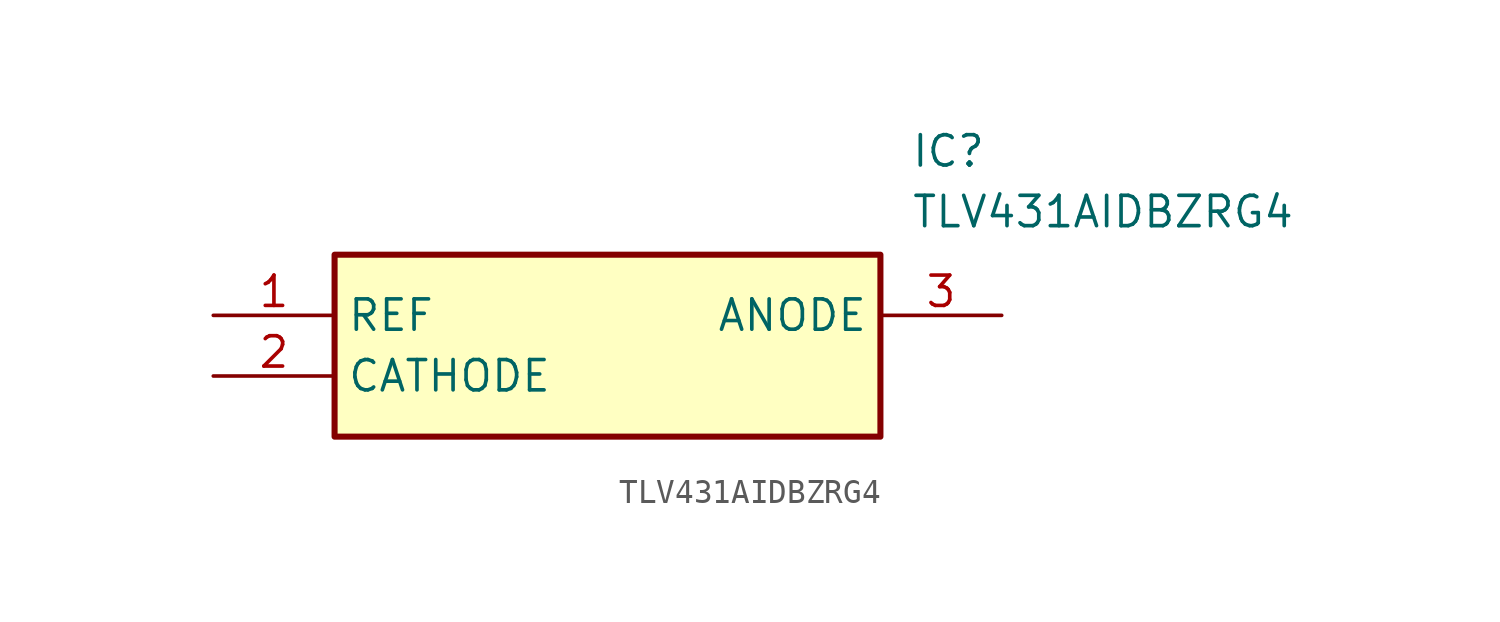
<source format=kicad_sym>
(kicad_symbol_lib
  (version 20211014)
  (generator SamacSys_ECAD_Model)
  (symbol "TLV431AIDBZRG4"
    (property "Reference" "IC"
      (at 29.21 7.62 0)
      (effects (font (size 1.27 1.27)) (justify left top)))
    (property "Value" "TLV431AIDBZRG4"
      (at 29.21 5.08 0)
      (effects (font (size 1.27 1.27)) (justify left top)))
    (rectangle
      (start 5.08 2.54)
      (end 27.94 -5.08)
      (stroke (width 0.254) (type default))
      (fill (type background)))
    (pin passive line
      (at 0 0 0)
      (length 5.08)
      (name "REF" (effects (font (size 1.27 1.27))))
      (number "1" (effects (font (size 1.27 1.27)))))
    (pin passive line
      (at 0 -2.54 0)
      (length 5.08)
      (name "CATHODE" (effects (font (size 1.27 1.27))))
      (number "2" (effects (font (size 1.27 1.27)))))
    (pin passive line
      (at 33.02 0 180)
      (length 5.08)
      (name "ANODE" (effects (font (size 1.27 1.27))))
      (number "3" (effects (font (size 1.27 1.27)))))))
</source>
